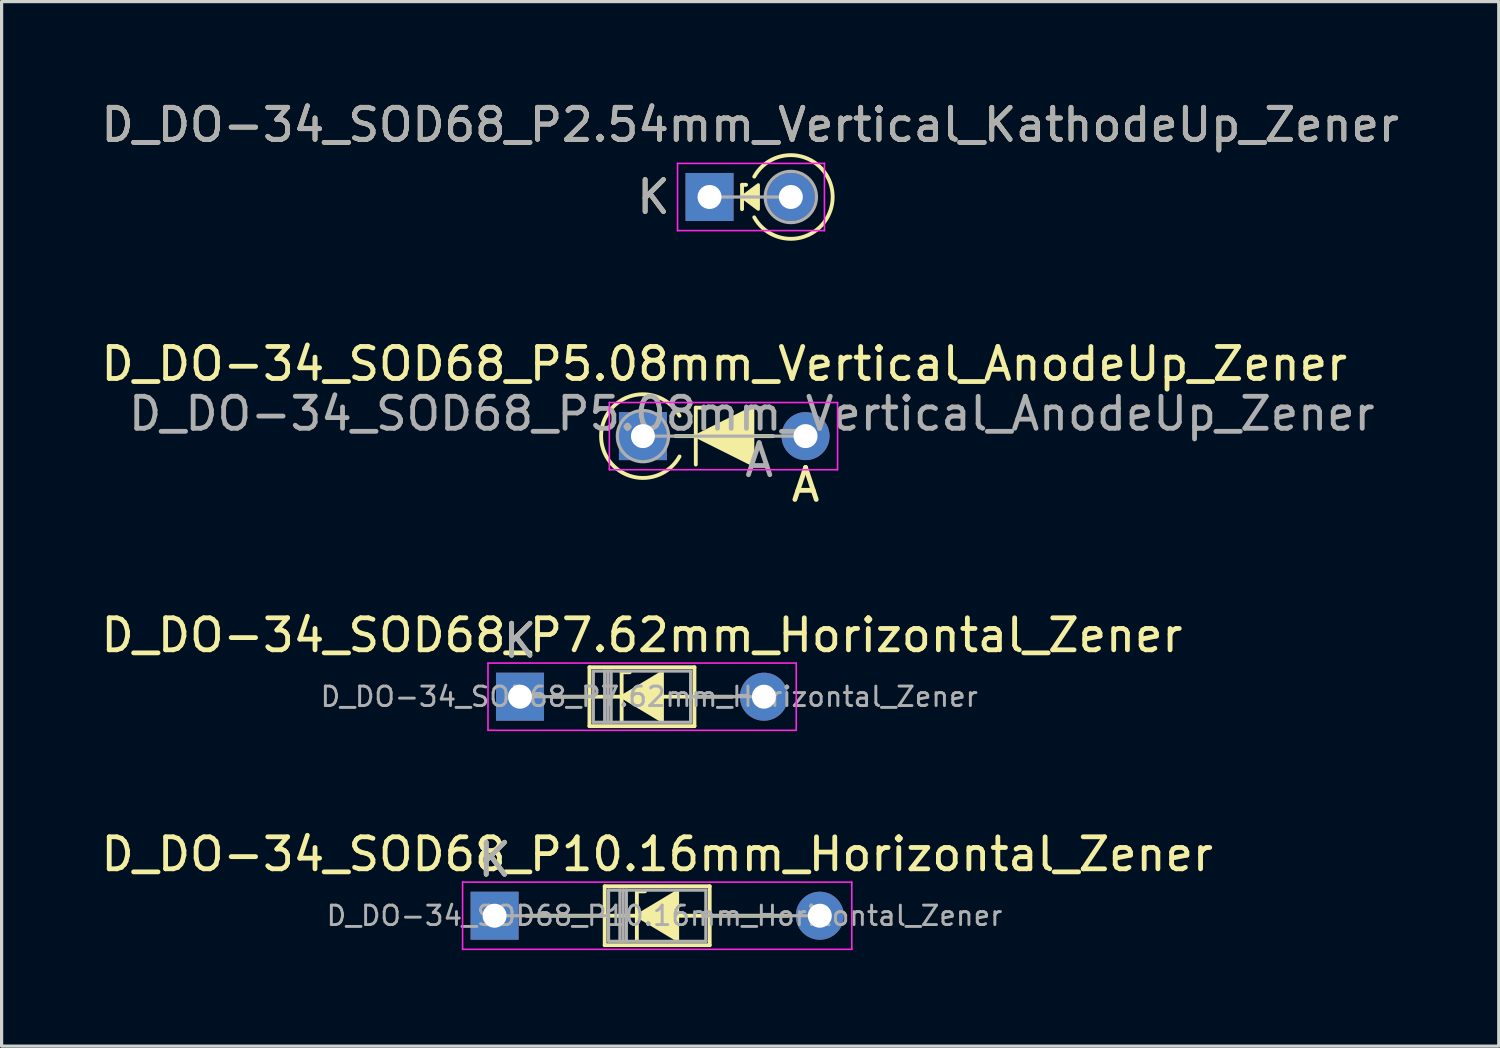
<source format=kicad_pcb>
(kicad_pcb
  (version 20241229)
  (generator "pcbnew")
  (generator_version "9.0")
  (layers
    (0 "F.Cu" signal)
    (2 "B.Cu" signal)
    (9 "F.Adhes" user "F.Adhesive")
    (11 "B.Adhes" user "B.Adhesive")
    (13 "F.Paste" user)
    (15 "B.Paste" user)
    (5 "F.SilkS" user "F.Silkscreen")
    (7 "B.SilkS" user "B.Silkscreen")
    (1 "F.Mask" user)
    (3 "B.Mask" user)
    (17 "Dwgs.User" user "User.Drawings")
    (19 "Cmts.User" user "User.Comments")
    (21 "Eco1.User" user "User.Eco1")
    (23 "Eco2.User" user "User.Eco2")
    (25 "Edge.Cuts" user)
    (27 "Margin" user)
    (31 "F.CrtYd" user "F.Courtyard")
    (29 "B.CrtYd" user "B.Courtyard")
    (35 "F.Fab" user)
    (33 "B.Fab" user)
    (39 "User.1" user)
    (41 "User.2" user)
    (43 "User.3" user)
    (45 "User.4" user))
  (footprint "D_DO-34_SOD68_P5.08mm_Vertical_AnodeUp_Zener"
    (layer "F.Cu")
    (at 17.037 10.575)
    (property "Reference" "D_DO-34_SOD68_P5.08mm_Vertical_AnodeUp_Zener" (at 2.54 -2.256 0) (layer "F.SilkS") (effects (font (size 1 1) (thickness 0.15))))
    (attr through_hole)
    (fp_line (start 1.651 -0.889) (end 1.905 -0.889) (stroke (width 0.12) (type solid)) (layer "F.SilkS"))
    (fp_line (start 1.651 0.889) (end 1.651 -0.889) (stroke (width 0.12) (type solid)) (layer "F.SilkS"))
    (fp_line (start 4.064 0) (end 1.016 0) (stroke (width 0.12) (type solid)) (layer "F.SilkS"))
    (fp_arc (start 1.142999 0.635) (mid -1.307544 0.000001) (end 1.142999 -0.634999) (stroke (width 0.12) (type solid)) (layer "F.SilkS"))
    (fp_poly (pts (xy 3.429 0.889) (xy 1.651 0) (xy 3.429 -0.889)) (stroke (width 0.1) (type solid)) (fill yes) (layer "F.SilkS"))
    (fp_line (start -1.05 -1.05) (end -1.05 1.05) (stroke (width 0.05) (type solid)) (layer "F.CrtYd"))
    (fp_line (start -1.05 1.05) (end 6.08 1.05) (stroke (width 0.05) (type solid)) (layer "F.CrtYd"))
    (fp_line (start 6.08 -1.05) (end -1.05 -1.05) (stroke (width 0.05) (type solid)) (layer "F.CrtYd"))
    (fp_line (start 6.08 1.05) (end 6.08 -1.05) (stroke (width 0.05) (type solid)) (layer "F.CrtYd"))
    (fp_line (start 0 0) (end 5.08 0) (stroke (width 0.1) (type solid)) (layer "F.Fab"))
    (fp_circle (center 0 0) (end 0.8 0) (stroke (width 0.1) (type solid)) (fill no) (layer "F.Fab"))
    (fp_text user "A" (at 5.08 1.524 0) (layer "F.SilkS") (effects (font (size 1 1) (thickness 0.15))))
    (fp_text user "A" (at 3.63 0.75 0) (layer "F.Fab") (effects (font (size 1 1) (thickness 0.15))))
    (fp_text user "${REFERENCE}" (at 3.4 -0.7 0) (layer "F.Fab") (effects (font (size 1 1) (thickness 0.15))))
    (pad "1" thru_hole rect (at 0 0) (size 1.5 1.5) (drill 0.75) (layers "*.Cu" "*.Mask"))
    (pad "2" thru_hole oval (at 5.08 0) (size 1.5 1.5) (drill 0.75) (layers "*.Cu" "*.Mask")))
  (footprint "D_DO-34_SOD68_P2.54mm_Vertical_KathodeUp_Zener"
    (layer "F.Cu")
    (at 19.117 3.104)
    (property "Reference" "D_DO-34_SOD68_P2.54mm_Vertical_KathodeUp_Zener" (at 1.27 -2.256 0) (layer "F.SilkS") (effects (font (size 1 1) (thickness 0.15))))
    (attr through_hole)
    (fp_line (start 1.016 -0.381) (end 1.016 0.381) (stroke (width 0.12) (type solid)) (layer "F.SilkS"))
    (fp_line (start 1.016 -0.381) (end 1.143 -0.381) (stroke (width 0.12) (type solid)) (layer "F.SilkS"))
    (fp_arc (start 1.397 -0.635) (mid 3.847543 0) (end 1.397 0.634999) (stroke (width 0.12) (type solid)) (layer "F.SilkS"))
    (fp_poly (pts (xy 1.524 0.381) (xy 1.016 0) (xy 1.524 -0.381)) (stroke (width 0.1) (type solid)) (fill yes) (layer "F.SilkS"))
    (fp_line (start -1 -1.05) (end -1 1.05) (stroke (width 0.05) (type solid)) (layer "F.CrtYd"))
    (fp_line (start -1 1.05) (end 3.59 1.05) (stroke (width 0.05) (type solid)) (layer "F.CrtYd"))
    (fp_line (start 3.59 -1.05) (end -1 -1.05) (stroke (width 0.05) (type solid)) (layer "F.CrtYd"))
    (fp_line (start 3.59 1.05) (end 3.59 -1.05) (stroke (width 0.05) (type solid)) (layer "F.CrtYd"))
    (fp_line (start 0 0) (end 2.54 0) (stroke (width 0.1) (type solid)) (layer "F.Fab"))
    (fp_circle (center 2.54 0) (end 3.34 0) (stroke (width 0.1) (type solid)) (fill no) (layer "F.Fab"))
    (fp_text user "K" (at -1.75 0 0) (layer "F.SilkS") (effects (font (size 1 1) (thickness 0.15))))
    (fp_text user "${REFERENCE}" (at 1.27 -2.256 0) (layer "F.Fab") (effects (font (size 1 1) (thickness 0.15))))
    (fp_text user "K" (at -1.75 0 0) (layer "F.Fab") (effects (font (size 1 1) (thickness 0.15))))
    (pad "1" thru_hole rect (at 0 0) (size 1.5 1.5) (drill 0.75) (layers "*.Cu" "*.Mask"))
    (pad "2" thru_hole oval (at 2.54 0) (size 1.5 1.5) (drill 0.75) (layers "*.Cu" "*.Mask")))
  (footprint "D_DO-34_SOD68_P10.16mm_Horizontal_Zener"
    (layer "F.Cu")
    (at 12.402 25.559)
    (property "Reference" "D_DO-34_SOD68_P10.16mm_Horizontal_Zener" (at 5.08 -1.92 0) (layer "F.SilkS") (effects (font (size 1 1) (thickness 0.15))))
    (attr through_hole)
    (fp_line (start 0.99 0) (end 3.44 0) (stroke (width 0.12) (type solid)) (layer "F.SilkS"))
    (fp_line (start 3.44 -0.92) (end 3.44 0.92) (stroke (width 0.12) (type solid)) (layer "F.SilkS"))
    (fp_line (start 3.44 0.92) (end 6.72 0.92) (stroke (width 0.12) (type solid)) (layer "F.SilkS"))
    (fp_line (start 4.445 -0.762) (end 4.445 0.762) (stroke (width 0.12) (type solid)) (layer "F.SilkS"))
    (fp_line (start 4.445 -0.762) (end 4.699 -0.762) (stroke (width 0.12) (type solid)) (layer "F.SilkS"))
    (fp_line (start 4.5 0) (end 3.44 0) (stroke (width 0.12) (type solid)) (layer "F.SilkS"))
    (fp_line (start 5.715 0) (end 6.72 0) (stroke (width 0.12) (type solid)) (layer "F.SilkS"))
    (fp_line (start 6.72 -0.92) (end 3.44 -0.92) (stroke (width 0.12) (type solid)) (layer "F.SilkS"))
    (fp_line (start 6.72 0.92) (end 6.72 -0.92) (stroke (width 0.12) (type solid)) (layer "F.SilkS"))
    (fp_line (start 9.17 0) (end 6.72 0) (stroke (width 0.12) (type solid)) (layer "F.SilkS"))
    (fp_poly (pts (xy 5.715 0.762) (xy 4.445 0) (xy 5.715 -0.762)) (stroke (width 0.1) (type solid)) (fill yes) (layer "F.SilkS"))
    (fp_line (start -1 -1.05) (end -1 1.05) (stroke (width 0.05) (type solid)) (layer "F.CrtYd"))
    (fp_line (start -1 1.05) (end 11.16 1.05) (stroke (width 0.05) (type solid)) (layer "F.CrtYd"))
    (fp_line (start 11.16 -1.05) (end -1 -1.05) (stroke (width 0.05) (type solid)) (layer "F.CrtYd"))
    (fp_line (start 11.16 1.05) (end 11.16 -1.05) (stroke (width 0.05) (type solid)) (layer "F.CrtYd"))
    (fp_line (start 0 0) (end 3.56 0) (stroke (width 0.1) (type solid)) (layer "F.Fab"))
    (fp_line (start 3.56 -0.8) (end 3.56 0.8) (stroke (width 0.1) (type solid)) (layer "F.Fab"))
    (fp_line (start 3.56 0.8) (end 6.6 0.8) (stroke (width 0.1) (type solid)) (layer "F.Fab"))
    (fp_line (start 3.916 -0.8) (end 3.916 0.8) (stroke (width 0.1) (type solid)) (layer "F.Fab"))
    (fp_line (start 4.016 -0.8) (end 4.016 0.8) (stroke (width 0.1) (type solid)) (layer "F.Fab"))
    (fp_line (start 4.116 -0.8) (end 4.116 0.8) (stroke (width 0.1) (type solid)) (layer "F.Fab"))
    (fp_line (start 6.6 -0.8) (end 3.56 -0.8) (stroke (width 0.1) (type solid)) (layer "F.Fab"))
    (fp_line (start 6.6 0.8) (end 6.6 -0.8) (stroke (width 0.1) (type solid)) (layer "F.Fab"))
    (fp_line (start 10.16 0) (end 6.6 0) (stroke (width 0.1) (type solid)) (layer "F.Fab"))
    (fp_text user "K" (at 0 -1.75 0) (layer "F.SilkS") (effects (font (size 1 1) (thickness 0.15))))
    (fp_text user "K" (at 0 -1.75 0) (layer "F.Fab") (effects (font (size 1 1) (thickness 0.15))))
    (fp_text user "${REFERENCE}" (at 5.308 0 0) (layer "F.Fab") (effects (font (size 0.608 0.608) (thickness 0.091))))
    (pad "1" thru_hole rect (at 0 0) (size 1.5 1.5) (drill 0.75) (layers "*.Cu" "*.Mask"))
    (pad "2" thru_hole oval (at 10.16 0) (size 1.5 1.5) (drill 0.75) (layers "*.Cu" "*.Mask")))
  (footprint "D_DO-34_SOD68_P7.62mm_Horizontal_Zener"
    (layer "F.Cu")
    (at 13.196 18.716)
    (property "Reference" "D_DO-34_SOD68_P7.62mm_Horizontal_Zener" (at 3.81 -1.92 0) (layer "F.SilkS") (effects (font (size 1 1) (thickness 0.15))))
    (attr through_hole)
    (fp_line (start 0.99 0) (end 2.17 0) (stroke (width 0.12) (type solid)) (layer "F.SilkS"))
    (fp_line (start 2.17 -0.92) (end 2.17 0.92) (stroke (width 0.12) (type solid)) (layer "F.SilkS"))
    (fp_line (start 2.17 0.92) (end 5.45 0.92) (stroke (width 0.12) (type solid)) (layer "F.SilkS"))
    (fp_line (start 3.175 -0.762) (end 3.175 0.762) (stroke (width 0.12) (type solid)) (layer "F.SilkS"))
    (fp_line (start 3.175 -0.762) (end 3.429 -0.762) (stroke (width 0.12) (type solid)) (layer "F.SilkS"))
    (fp_line (start 3.2 0) (end 2.17 0) (stroke (width 0.12) (type solid)) (layer "F.SilkS"))
    (fp_line (start 4.445 0) (end 5.45 0) (stroke (width 0.12) (type solid)) (layer "F.SilkS"))
    (fp_line (start 5.45 -0.92) (end 2.17 -0.92) (stroke (width 0.12) (type solid)) (layer "F.SilkS"))
    (fp_line (start 5.45 0.92) (end 5.45 -0.92) (stroke (width 0.12) (type solid)) (layer "F.SilkS"))
    (fp_line (start 6.63 0) (end 5.45 0) (stroke (width 0.12) (type solid)) (layer "F.SilkS"))
    (fp_poly (pts (xy 4.445 0.762) (xy 3.175 0) (xy 4.445 -0.762)) (stroke (width 0.1) (type solid)) (fill yes) (layer "F.SilkS"))
    (fp_line (start -1 -1.05) (end -1 1.05) (stroke (width 0.05) (type solid)) (layer "F.CrtYd"))
    (fp_line (start -1 1.05) (end 8.63 1.05) (stroke (width 0.05) (type solid)) (layer "F.CrtYd"))
    (fp_line (start 8.63 -1.05) (end -1 -1.05) (stroke (width 0.05) (type solid)) (layer "F.CrtYd"))
    (fp_line (start 8.63 1.05) (end 8.63 -1.05) (stroke (width 0.05) (type solid)) (layer "F.CrtYd"))
    (fp_line (start 0 0) (end 2.29 0) (stroke (width 0.1) (type solid)) (layer "F.Fab"))
    (fp_line (start 2.29 -0.8) (end 2.29 0.8) (stroke (width 0.1) (type solid)) (layer "F.Fab"))
    (fp_line (start 2.29 0.8) (end 5.33 0.8) (stroke (width 0.1) (type solid)) (layer "F.Fab"))
    (fp_line (start 2.646 -0.8) (end 2.646 0.8) (stroke (width 0.1) (type solid)) (layer "F.Fab"))
    (fp_line (start 2.746 -0.8) (end 2.746 0.8) (stroke (width 0.1) (type solid)) (layer "F.Fab"))
    (fp_line (start 2.846 -0.8) (end 2.846 0.8) (stroke (width 0.1) (type solid)) (layer "F.Fab"))
    (fp_line (start 5.33 -0.8) (end 2.29 -0.8) (stroke (width 0.1) (type solid)) (layer "F.Fab"))
    (fp_line (start 5.33 0.8) (end 5.33 -0.8) (stroke (width 0.1) (type solid)) (layer "F.Fab"))
    (fp_line (start 7.62 0) (end 5.33 0) (stroke (width 0.1) (type solid)) (layer "F.Fab"))
    (fp_text user "K" (at 0 -1.75 0) (layer "F.SilkS") (effects (font (size 1 1) (thickness 0.15))))
    (fp_text user "${REFERENCE}" (at 4.038 0 0) (layer "F.Fab") (effects (font (size 0.608 0.608) (thickness 0.091))))
    (fp_text user "K" (at 0 -1.75 0) (layer "F.Fab") (effects (font (size 1 1) (thickness 0.15))))
    (pad "1" thru_hole rect (at 0 0) (size 1.5 1.5) (drill 0.75) (layers "*.Cu" "*.Mask"))
    (pad "2" thru_hole oval (at 7.62 0) (size 1.5 1.5) (drill 0.75) (layers "*.Cu" "*.Mask")))
  (gr_rect
    (start -3 -3)
    (end 43.774 29.634)
    (stroke (width 0.1) (type default))
    (fill no)
    (layer "Edge.Cuts")))
</source>
